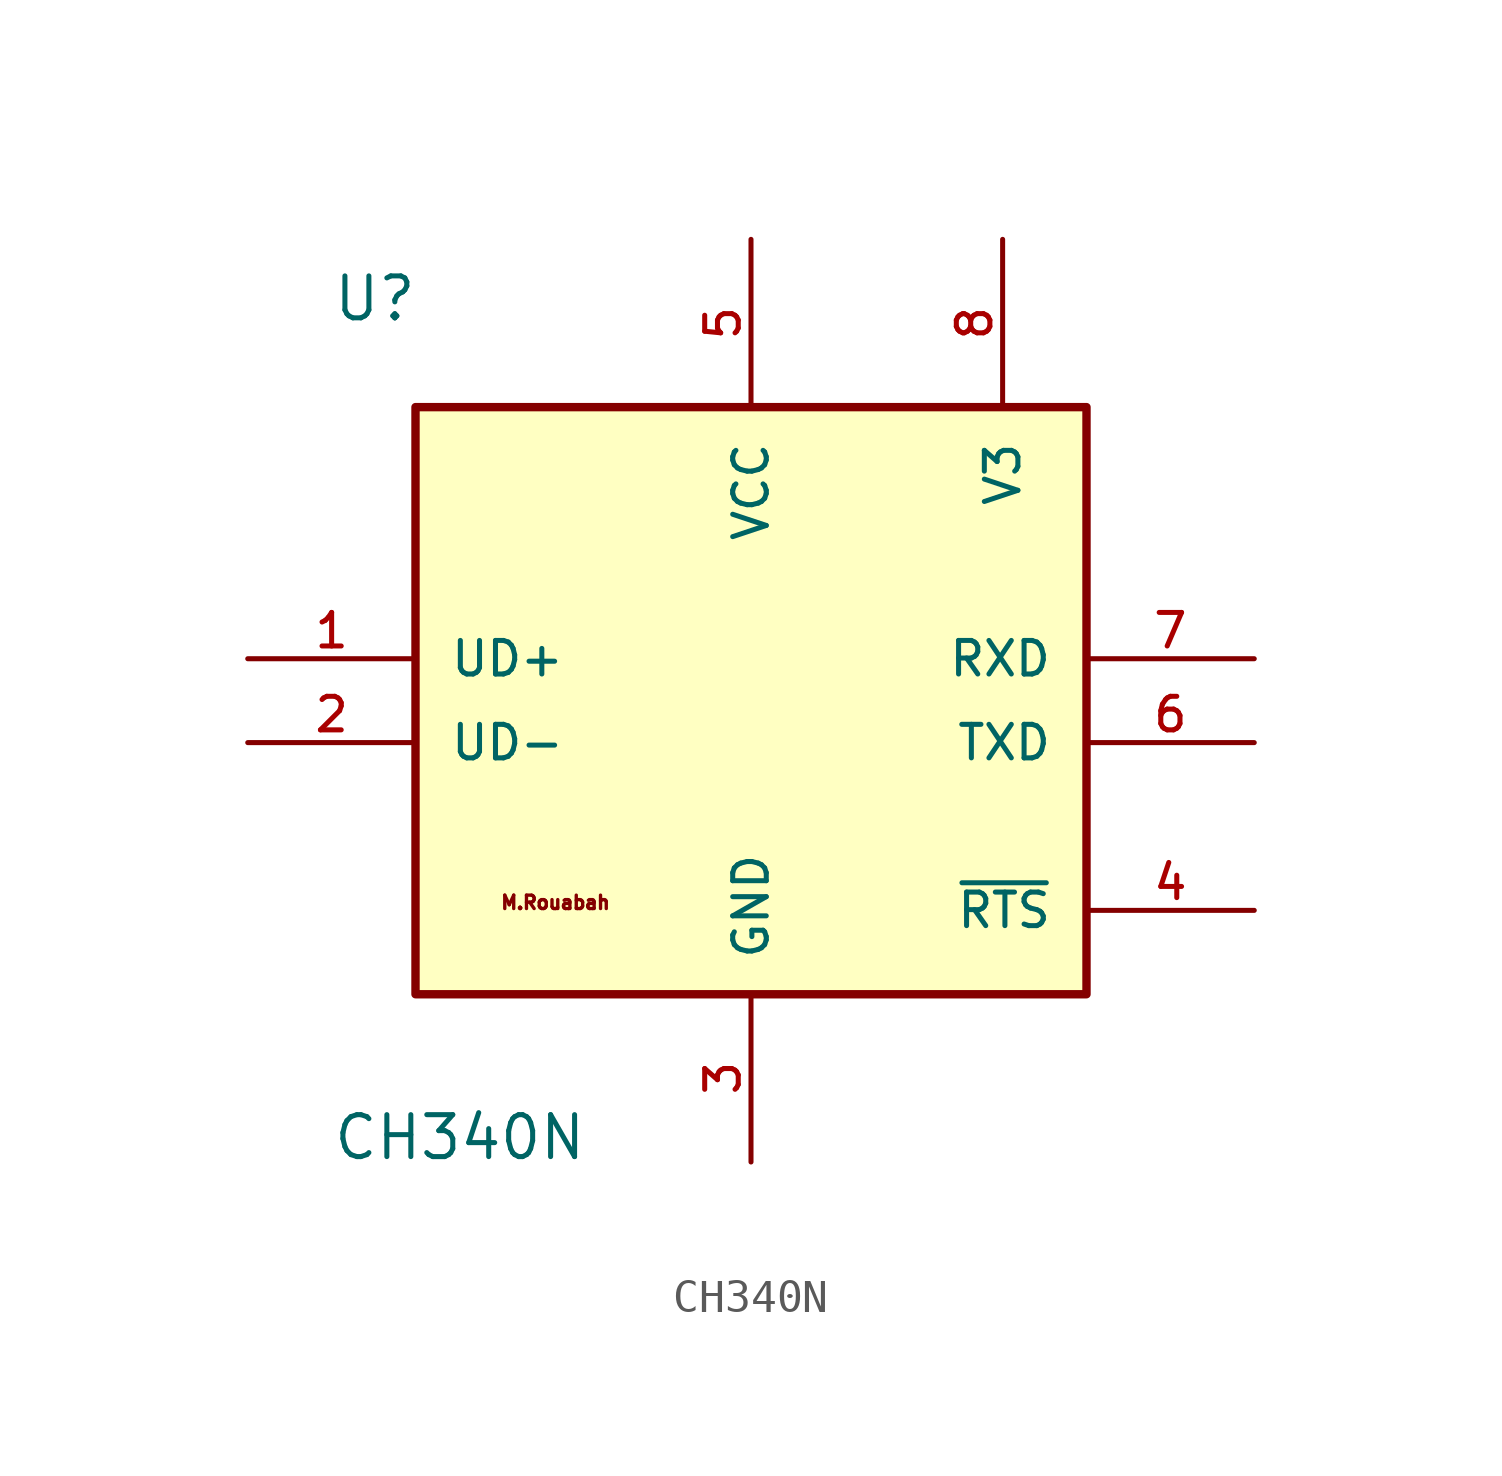
<source format=kicad_sym>
(kicad_symbol_lib
  (version 20211014)
  (generator kicad_symbol_editor)
  (symbol "CH340N"
    (pin_names
      (offset 1.016))
    (property "Reference" "U"
      (at -12.7 12.7 0)
      (effects (font (size 1.27 1.27)) (justify bottom left)))
    (property "Value" "CH340N"
      (at -12.7 -12.7 0)
      (effects (font (size 1.27 1.27)) (justify bottom left)))
    (symbol "CH340N_0_0"
      (text "M.Rouabah" (at -7.62 -5.08 0) (effects (font (size 0.406 0.406)) (justify bottom left)))
      (rectangle (start -10.16 -7.62) (end 10.16 10.16) (stroke (width 0.254)) (fill (type background)))
      (pin power_in line (at 0.0 -12.7 90.0) (length 5.08) (name "GND" (effects (font (size 1.016 1.016)))) (number "3" (effects (font (size 1.016 1.016)))))
      (pin output line (at 15.24 0.0 180.0) (length 5.08) (name "TXD" (effects (font (size 1.016 1.016)))) (number "6" (effects (font (size 1.016 1.016)))))
      (pin input line (at 15.24 2.54 180.0) (length 5.08) (name "RXD" (effects (font (size 1.016 1.016)))) (number "7" (effects (font (size 1.016 1.016)))))
      (pin power_in line (at 7.62 15.24 270.0) (length 5.08) (name "V3" (effects (font (size 1.016 1.016)))) (number "8" (effects (font (size 1.016 1.016)))))
      (pin bidirectional line (at -15.24 2.54 0) (length 5.08) (name "UD+" (effects (font (size 1.016 1.016)))) (number "1" (effects (font (size 1.016 1.016)))))
      (pin bidirectional line (at -15.24 0.0 0) (length 5.08) (name "UD-" (effects (font (size 1.016 1.016)))) (number "2" (effects (font (size 1.016 1.016)))))
      (pin output line (at 15.24 -5.08 180.0) (length 5.08) (name "~{RTS}" (effects (font (size 1.016 1.016)))) (number "4" (effects (font (size 1.016 1.016)))))
      (pin power_in line (at 0.0 15.24 270.0) (length 5.08) (name "VCC" (effects (font (size 1.016 1.016)))) (number "5" (effects (font (size 1.016 1.016))))))))
</source>
